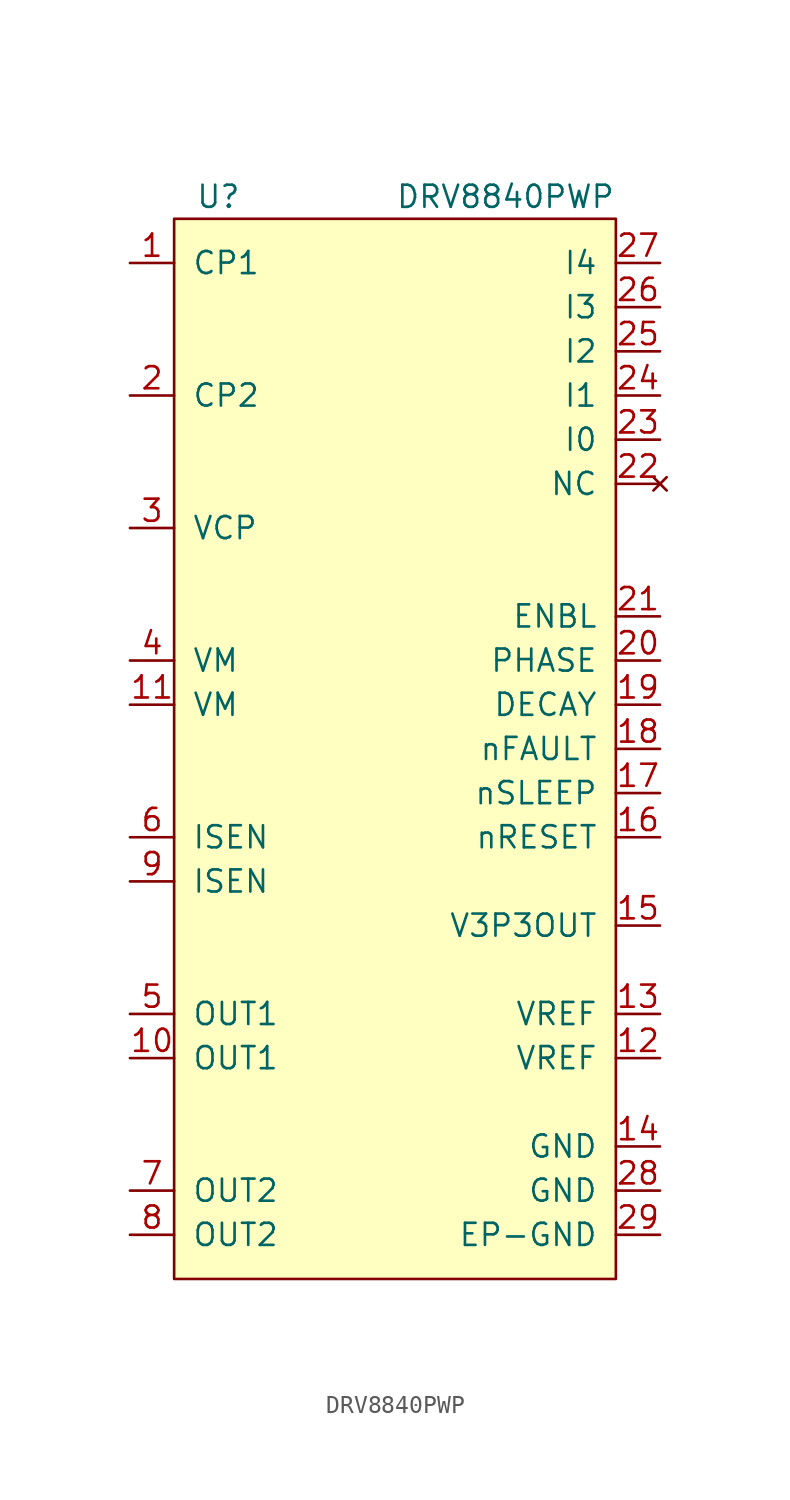
<source format=kicad_sym>
(kicad_symbol_lib
  (version 20211014)
  (generator kicad_symbol_editor)
  (symbol "DRV8840PWP"
    (pin_names
      (offset 1.016))
    (property "Reference" "U"
      (at -10.16 31.75 0)
      (effects (font (size 1.27 1.27))))
    (property "Value" "DRV8840PWP"
      (at 6.35 31.75 0)
      (effects (font (size 1.27 1.27))))
    (symbol "DRV8840PWP_0_0"
      (pin bidirectional line (at -15.24 27.94 0) (length 2.54) (name "CP1" (effects (font (size 1.27 1.27)))) (number "1" (effects (font (size 1.27 1.27)))))
      (pin output line (at -15.24 -17.78 0) (length 2.54) (name "OUT1" (effects (font (size 1.27 1.27)))) (number "10" (effects (font (size 1.27 1.27)))))
      (pin power_in line (at -15.24 2.54 0) (length 2.54) (name "VM" (effects (font (size 1.27 1.27)))) (number "11" (effects (font (size 1.27 1.27)))))
      (pin input line (at 15.24 -17.78 180) (length 2.54) (name "VREF" (effects (font (size 1.27 1.27)))) (number "12" (effects (font (size 1.27 1.27)))))
      (pin input line (at 15.24 -15.24 180) (length 2.54) (name "VREF" (effects (font (size 1.27 1.27)))) (number "13" (effects (font (size 1.27 1.27)))))
      (pin power_in line (at 15.24 -22.86 180) (length 2.54) (name "GND" (effects (font (size 1.27 1.27)))) (number "14" (effects (font (size 1.27 1.27)))))
      (pin power_out line (at 15.24 -10.16 180) (length 2.54) (name "V3P3OUT" (effects (font (size 1.27 1.27)))) (number "15" (effects (font (size 1.27 1.27)))))
      (pin input line (at 15.24 -5.08 180) (length 2.54) (name "nRESET" (effects (font (size 1.27 1.27)))) (number "16" (effects (font (size 1.27 1.27)))))
      (pin input line (at 15.24 -2.54 180) (length 2.54) (name "nSLEEP" (effects (font (size 1.27 1.27)))) (number "17" (effects (font (size 1.27 1.27)))))
      (pin open_collector line (at 15.24 0 180) (length 2.54) (name "nFAULT" (effects (font (size 1.27 1.27)))) (number "18" (effects (font (size 1.27 1.27)))))
      (pin input line (at 15.24 2.54 180) (length 2.54) (name "DECAY" (effects (font (size 1.27 1.27)))) (number "19" (effects (font (size 1.27 1.27)))))
      (pin bidirectional line (at -15.24 20.32 0) (length 2.54) (name "CP2" (effects (font (size 1.27 1.27)))) (number "2" (effects (font (size 1.27 1.27)))))
      (pin input line (at 15.24 5.08 180) (length 2.54) (name "PHASE" (effects (font (size 1.27 1.27)))) (number "20" (effects (font (size 1.27 1.27)))))
      (pin input line (at 15.24 7.62 180) (length 2.54) (name "ENBL" (effects (font (size 1.27 1.27)))) (number "21" (effects (font (size 1.27 1.27)))))
      (pin no_connect line (at 15.24 15.24 180) (length 2.54) (name "NC" (effects (font (size 1.27 1.27)))) (number "22" (effects (font (size 1.27 1.27)))))
      (pin input line (at 15.24 17.78 180) (length 2.54) (name "I0" (effects (font (size 1.27 1.27)))) (number "23" (effects (font (size 1.27 1.27)))))
      (pin input line (at 15.24 20.32 180) (length 2.54) (name "I1" (effects (font (size 1.27 1.27)))) (number "24" (effects (font (size 1.27 1.27)))))
      (pin input line (at 15.24 22.86 180) (length 2.54) (name "I2" (effects (font (size 1.27 1.27)))) (number "25" (effects (font (size 1.27 1.27)))))
      (pin input line (at 15.24 25.4 180) (length 2.54) (name "I3" (effects (font (size 1.27 1.27)))) (number "26" (effects (font (size 1.27 1.27)))))
      (pin input line (at 15.24 27.94 180) (length 2.54) (name "I4" (effects (font (size 1.27 1.27)))) (number "27" (effects (font (size 1.27 1.27)))))
      (pin power_in line (at 15.24 -25.4 180) (length 2.54) (name "GND" (effects (font (size 1.27 1.27)))) (number "28" (effects (font (size 1.27 1.27)))))
      (pin power_in line (at 15.24 -27.94 180) (length 2.54) (name "EP-GND" (effects (font (size 1.27 1.27)))) (number "29" (effects (font (size 1.27 1.27)))))
      (pin power_in line (at -15.24 12.7 0) (length 2.54) (name "VCP" (effects (font (size 1.27 1.27)))) (number "3" (effects (font (size 1.27 1.27)))))
      (pin power_in line (at -15.24 5.08 0) (length 2.54) (name "VM" (effects (font (size 1.27 1.27)))) (number "4" (effects (font (size 1.27 1.27)))))
      (pin output line (at -15.24 -15.24 0) (length 2.54) (name "OUT1" (effects (font (size 1.27 1.27)))) (number "5" (effects (font (size 1.27 1.27)))))
      (pin bidirectional line (at -15.24 -5.08 0) (length 2.54) (name "ISEN" (effects (font (size 1.27 1.27)))) (number "6" (effects (font (size 1.27 1.27)))))
      (pin output line (at -15.24 -25.4 0) (length 2.54) (name "OUT2" (effects (font (size 1.27 1.27)))) (number "7" (effects (font (size 1.27 1.27)))))
      (pin output line (at -15.24 -27.94 0) (length 2.54) (name "OUT2" (effects (font (size 1.27 1.27)))) (number "8" (effects (font (size 1.27 1.27)))))
      (pin bidirectional line (at -15.24 -7.62 0) (length 2.54) (name "ISEN" (effects (font (size 1.27 1.27)))) (number "9" (effects (font (size 1.27 1.27))))))
    (symbol "DRV8840PWP_0_1"
      (rectangle (start -12.7 30.48) (end 12.7 -30.48) (stroke (width 0) (type default) (color 0 0 0 0)) (fill (type background))))))
</source>
